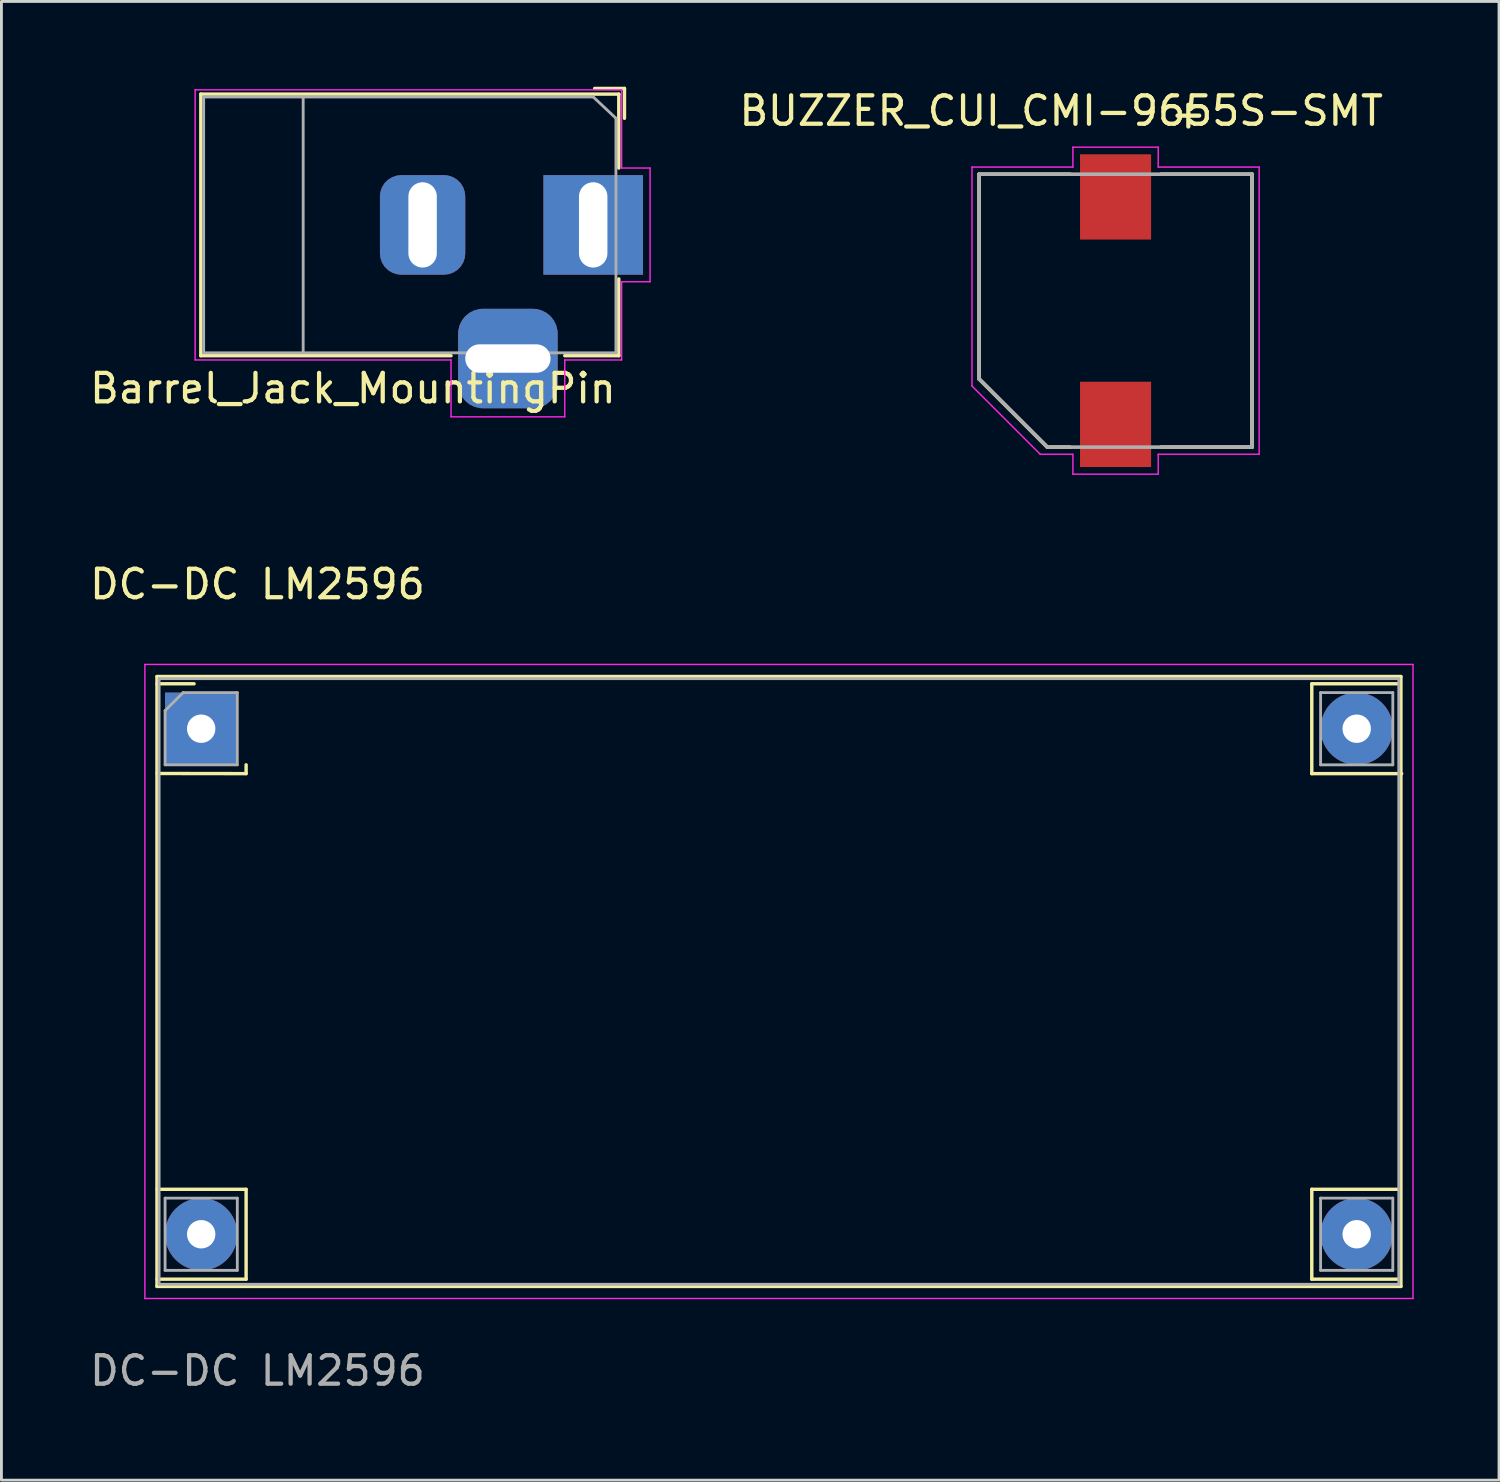
<source format=kicad_pcb>
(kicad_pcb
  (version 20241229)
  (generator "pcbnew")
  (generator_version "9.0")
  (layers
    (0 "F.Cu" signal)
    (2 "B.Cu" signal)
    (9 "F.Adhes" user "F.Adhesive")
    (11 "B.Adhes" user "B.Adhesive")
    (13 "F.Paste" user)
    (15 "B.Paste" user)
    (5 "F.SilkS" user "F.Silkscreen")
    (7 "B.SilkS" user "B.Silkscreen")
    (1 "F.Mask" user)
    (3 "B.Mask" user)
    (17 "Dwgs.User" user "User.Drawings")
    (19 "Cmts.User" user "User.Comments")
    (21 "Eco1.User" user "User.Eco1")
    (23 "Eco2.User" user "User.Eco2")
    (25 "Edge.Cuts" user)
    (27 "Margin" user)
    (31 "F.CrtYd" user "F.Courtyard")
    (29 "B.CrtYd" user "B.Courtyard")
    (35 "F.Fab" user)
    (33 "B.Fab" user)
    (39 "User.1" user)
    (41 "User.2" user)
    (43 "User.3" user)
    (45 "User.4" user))
  (footprint "Barrel_Jack_MountingPin"
    (layer "F.Cu")
    (at 17.813 4.86)
    (property "Reference" "Barrel_Jack_MountingPin" (at -8.45 5.75 0) (layer "F.SilkS") (effects (font (size 1 1) (thickness 0.15))))
    (attr through_hole)
    (fp_line (start -13.8 -4.6) (end 0.9 -4.6) (stroke (width 0.12) (type solid)) (layer "F.SilkS"))
    (fp_line (start -13.8 4.6) (end -13.8 -4.6) (stroke (width 0.12) (type solid)) (layer "F.SilkS"))
    (fp_line (start -5 4.6) (end -13.8 4.6) (stroke (width 0.12) (type solid)) (layer "F.SilkS"))
    (fp_line (start 0.05 -4.8) (end 1.1 -4.8) (stroke (width 0.12) (type solid)) (layer "F.SilkS"))
    (fp_line (start 0.9 -4.6) (end 0.9 -2) (stroke (width 0.12) (type solid)) (layer "F.SilkS"))
    (fp_line (start 0.9 1.9) (end 0.9 4.6) (stroke (width 0.12) (type solid)) (layer "F.SilkS"))
    (fp_line (start 0.9 4.6) (end -1 4.6) (stroke (width 0.12) (type solid)) (layer "F.SilkS"))
    (fp_line (start 1.1 -3.75) (end 1.1 -4.8) (stroke (width 0.12) (type solid)) (layer "F.SilkS"))
    (fp_line (start -14 4.75) (end -14 -4.75) (stroke (width 0.05) (type solid)) (layer "F.CrtYd"))
    (fp_line (start -5 4.75) (end -14 4.75) (stroke (width 0.05) (type solid)) (layer "F.CrtYd"))
    (fp_line (start -5 6.75) (end -5 4.75) (stroke (width 0.05) (type solid)) (layer "F.CrtYd"))
    (fp_line (start -1 4.75) (end -1 6.75) (stroke (width 0.05) (type solid)) (layer "F.CrtYd"))
    (fp_line (start -1 6.75) (end -5 6.75) (stroke (width 0.05) (type solid)) (layer "F.CrtYd"))
    (fp_line (start 1 -4.75) (end -14 -4.75) (stroke (width 0.05) (type solid)) (layer "F.CrtYd"))
    (fp_line (start 1 -4.5) (end 1 -4.75) (stroke (width 0.05) (type solid)) (layer "F.CrtYd"))
    (fp_line (start 1 -4.5) (end 1 -2) (stroke (width 0.05) (type solid)) (layer "F.CrtYd"))
    (fp_line (start 1 -2) (end 2 -2) (stroke (width 0.05) (type solid)) (layer "F.CrtYd"))
    (fp_line (start 1 2) (end 1 4.75) (stroke (width 0.05) (type solid)) (layer "F.CrtYd"))
    (fp_line (start 1 4.75) (end -1 4.75) (stroke (width 0.05) (type solid)) (layer "F.CrtYd"))
    (fp_line (start 2 -2) (end 2 2) (stroke (width 0.05) (type solid)) (layer "F.CrtYd"))
    (fp_line (start 2 2) (end 1 2) (stroke (width 0.05) (type solid)) (layer "F.CrtYd"))
    (fp_line (start -13.7 -4.5) (end -13.7 4.5) (stroke (width 0.1) (type solid)) (layer "F.Fab"))
    (fp_line (start -13.7 4.5) (end 0.8 4.5) (stroke (width 0.1) (type solid)) (layer "F.Fab"))
    (fp_line (start -10.2 -4.5) (end -10.2 4.5) (stroke (width 0.1) (type solid)) (layer "F.Fab"))
    (fp_line (start -0.003 -4.505) (end 0.8 -3.75) (stroke (width 0.1) (type solid)) (layer "F.Fab"))
    (fp_line (start 0 -4.5) (end -13.7 -4.5) (stroke (width 0.1) (type solid)) (layer "F.Fab"))
    (fp_line (start 0.8 4.5) (end 0.8 -3.75) (stroke (width 0.1) (type solid)) (layer "F.Fab"))
    (pad "1" thru_hole rect (at 0 0) (size 3.5 3.5) (drill oval 1 3) (layers "*.Cu" "*.Mask"))
    (pad "2" thru_hole roundrect (at -6 0) (size 3 3.5) (drill oval 1 3) (layers "*.Cu" "*.Mask") (roundrect_rratio 0.25))
    (pad "MP" thru_hole roundrect (at -3 4.7) (size 3.5 3.5) (drill oval 3 1) (layers "*.Cu" "*.Mask") (roundrect_rratio 0.25)))
  (footprint "DC-DC LM2596"
    (layer "F.Cu")
    (at 24.346 32.739)
    (property "Reference" "DC-DC LM2596" (at -18.34 -15.24 0) (unlocked yes) (layer "F.SilkS") (effects (font (size 1 1) (thickness 0.15))))
    (attr through_hole)
    (fp_line (start -21.875 -11.995) (end -21.875 9.455) (stroke (width 0.12) (type solid)) (layer "F.SilkS"))
    (fp_line (start -21.875 9.455) (end 21.875 9.455) (stroke (width 0.12) (type solid)) (layer "F.SilkS"))
    (fp_line (start -21.87 -11.74) (end -20.57 -11.74) (stroke (width 0.12) (type solid)) (layer "F.SilkS"))
    (fp_line (start -21.87 -8.585) (end -18.74 -8.58) (stroke (width 0.12) (type solid)) (layer "F.SilkS"))
    (fp_line (start -21.87 6.04) (end -18.74 6.04) (stroke (width 0.12) (type solid)) (layer "F.SilkS"))
    (fp_line (start -21.87 9.2) (end -18.74 9.2) (stroke (width 0.12) (type solid)) (layer "F.SilkS"))
    (fp_line (start -18.74 -8.89) (end -18.74 -8.58) (stroke (width 0.12) (type solid)) (layer "F.SilkS"))
    (fp_line (start -18.74 6.04) (end -18.74 9.2) (stroke (width 0.12) (type solid)) (layer "F.SilkS"))
    (fp_line (start 18.74 -11.74) (end 21.855 -11.74) (stroke (width 0.12) (type solid)) (layer "F.SilkS"))
    (fp_line (start 18.74 -8.58) (end 18.74 -11.74) (stroke (width 0.12) (type solid)) (layer "F.SilkS"))
    (fp_line (start 18.74 -8.58) (end 21.9 -8.58) (stroke (width 0.12) (type solid)) (layer "F.SilkS"))
    (fp_line (start 18.74 6.04) (end 21.855 6.04) (stroke (width 0.12) (type solid)) (layer "F.SilkS"))
    (fp_line (start 18.74 9.2) (end 18.74 6.04) (stroke (width 0.12) (type solid)) (layer "F.SilkS"))
    (fp_line (start 18.74 9.2) (end 21.855 9.2) (stroke (width 0.12) (type solid)) (layer "F.SilkS"))
    (fp_line (start 21.875 -11.995) (end -21.875 -11.995) (stroke (width 0.12) (type solid)) (layer "F.SilkS"))
    (fp_line (start 21.875 9.455) (end 21.875 -11.995) (stroke (width 0.12) (type solid)) (layer "F.SilkS"))
    (fp_line (start -22.3 -12.42) (end 22.3 -12.42) (stroke (width 0.05) (type solid)) (layer "F.CrtYd"))
    (fp_line (start -22.3 9.88) (end -22.3 -12.42) (stroke (width 0.05) (type solid)) (layer "F.CrtYd"))
    (fp_line (start 22.3 -12.42) (end 22.3 9.88) (stroke (width 0.05) (type solid)) (layer "F.CrtYd"))
    (fp_line (start 22.3 9.88) (end -22.3 9.88) (stroke (width 0.05) (type solid)) (layer "F.CrtYd"))
    (fp_line (start -21.8 -11.92) (end -21.8 9.38) (stroke (width 0.1) (type solid)) (layer "F.Fab"))
    (fp_line (start -21.8 9.38) (end 21.8 9.38) (stroke (width 0.1) (type solid)) (layer "F.Fab"))
    (fp_line (start -21.59 -10.795) (end -20.955 -11.43) (stroke (width 0.1) (type solid)) (layer "F.Fab"))
    (fp_line (start -21.59 -8.89) (end -21.59 -10.795) (stroke (width 0.1) (type solid)) (layer "F.Fab"))
    (fp_line (start -21.59 6.35) (end -19.05 6.35) (stroke (width 0.1) (type solid)) (layer "F.Fab"))
    (fp_line (start -21.59 8.89) (end -21.59 6.35) (stroke (width 0.1) (type solid)) (layer "F.Fab"))
    (fp_line (start -20.955 -11.43) (end -19.05 -11.43) (stroke (width 0.1) (type solid)) (layer "F.Fab"))
    (fp_line (start -19.05 -11.43) (end -19.05 -8.89) (stroke (width 0.1) (type solid)) (layer "F.Fab"))
    (fp_line (start -19.05 -8.89) (end -21.59 -8.89) (stroke (width 0.1) (type solid)) (layer "F.Fab"))
    (fp_line (start -19.05 6.35) (end -19.05 8.89) (stroke (width 0.1) (type solid)) (layer "F.Fab"))
    (fp_line (start -19.05 8.89) (end -21.59 8.89) (stroke (width 0.1) (type solid)) (layer "F.Fab"))
    (fp_line (start 19.05 -11.43) (end 21.59 -11.43) (stroke (width 0.1) (type solid)) (layer "F.Fab"))
    (fp_line (start 19.05 -8.89) (end 19.05 -11.43) (stroke (width 0.1) (type solid)) (layer "F.Fab"))
    (fp_line (start 19.05 6.35) (end 21.59 6.35) (stroke (width 0.1) (type solid)) (layer "F.Fab"))
    (fp_line (start 19.05 8.89) (end 19.05 6.35) (stroke (width 0.1) (type solid)) (layer "F.Fab"))
    (fp_line (start 21.59 -11.43) (end 21.59 -8.89) (stroke (width 0.1) (type solid)) (layer "F.Fab"))
    (fp_line (start 21.59 -8.89) (end 19.05 -8.89) (stroke (width 0.1) (type solid)) (layer "F.Fab"))
    (fp_line (start 21.59 6.35) (end 21.59 8.89) (stroke (width 0.1) (type solid)) (layer "F.Fab"))
    (fp_line (start 21.59 8.89) (end 19.05 8.89) (stroke (width 0.1) (type solid)) (layer "F.Fab"))
    (fp_line (start 21.8 -11.92) (end -21.8 -11.92) (stroke (width 0.1) (type solid)) (layer "F.Fab"))
    (fp_line (start 21.8 9.38) (end 21.8 -11.92) (stroke (width 0.1) (type solid)) (layer "F.Fab"))
    (fp_text user "${REFERENCE}" (at -18.34 12.42 0) (unlocked yes) (layer "F.Fab") (effects (font (size 1 1) (thickness 0.15))))
    (pad "1" thru_hole rect (at -20.32 -10.16) (size 2.54 2.54) (drill 1) (layers "*.Cu" "*.Mask"))
    (pad "2" thru_hole circle (at -20.32 7.62) (size 2.54 2.54) (drill 1) (layers "*.Cu" "*.Mask"))
    (pad "3" thru_hole circle (at 20.32 -10.16) (size 2.54 2.54) (drill 1) (layers "*.Cu" "*.Mask"))
    (pad "4" thru_hole circle (at 20.32 7.62) (size 2.54 2.54) (drill 1) (layers "*.Cu" "*.Mask")))
  (footprint "BUZZER_CUI_CMI-9655S-SMT"
    (layer "F.Cu")
    (at 36.185 7.876)
    (property "Reference" "BUZZER_CUI_CMI-9655S-SMT" (at -1.911 -7.028 0) (layer "F.SilkS") (effects (font (size 1 1) (thickness 0.15))))
    (attr smd)
    (fp_line (start -4.8 -4.8) (end -1.6 -4.8) (stroke (width 0.127) (type solid)) (layer "F.SilkS"))
    (fp_line (start -4.8 2.4) (end -4.8 -4.8) (stroke (width 0.127) (type solid)) (layer "F.SilkS"))
    (fp_line (start -4.8 2.4) (end -2.4 4.8) (stroke (width 0.127) (type solid)) (layer "F.SilkS"))
    (fp_line (start -2.4 4.8) (end -1.6 4.8) (stroke (width 0.127) (type solid)) (layer "F.SilkS"))
    (fp_line (start 1.6 4.8) (end 4.8 4.8) (stroke (width 0.127) (type solid)) (layer "F.SilkS"))
    (fp_line (start 4.8 -4.8) (end 1.6 -4.8) (stroke (width 0.127) (type solid)) (layer "F.SilkS"))
    (fp_line (start 4.8 -4.8) (end 4.8 4.8) (stroke (width 0.127) (type solid)) (layer "F.SilkS"))
    (fp_line (start -5.05 -5.05) (end -5.05 2.65) (stroke (width 0.05) (type solid)) (layer "F.CrtYd"))
    (fp_line (start -5.05 2.65) (end -2.65 5.05) (stroke (width 0.05) (type solid)) (layer "F.CrtYd"))
    (fp_line (start -2.65 5.05) (end -1.5 5.05) (stroke (width 0.05) (type solid)) (layer "F.CrtYd"))
    (fp_line (start -1.5 -5.05) (end -5.05 -5.05) (stroke (width 0.05) (type solid)) (layer "F.CrtYd"))
    (fp_line (start -1.5 -5.05) (end -1.5 -5.75) (stroke (width 0.05) (type solid)) (layer "F.CrtYd"))
    (fp_line (start -1.5 5.75) (end -1.5 5.05) (stroke (width 0.05) (type solid)) (layer "F.CrtYd"))
    (fp_line (start -1.5 5.75) (end 1.5 5.75) (stroke (width 0.05) (type solid)) (layer "F.CrtYd"))
    (fp_line (start 1.5 -5.75) (end -1.5 -5.75) (stroke (width 0.05) (type solid)) (layer "F.CrtYd"))
    (fp_line (start 1.5 -5.05) (end 1.5 -5.75) (stroke (width 0.05) (type solid)) (layer "F.CrtYd"))
    (fp_line (start 1.5 5.05) (end 5.05 5.05) (stroke (width 0.05) (type solid)) (layer "F.CrtYd"))
    (fp_line (start 1.5 5.75) (end 1.5 5.05) (stroke (width 0.05) (type solid)) (layer "F.CrtYd"))
    (fp_line (start 5.05 -5.05) (end 1.5 -5.05) (stroke (width 0.05) (type solid)) (layer "F.CrtYd"))
    (fp_line (start 5.05 5.05) (end 5.05 -5.05) (stroke (width 0.05) (type solid)) (layer "F.CrtYd"))
    (fp_line (start -4.8 -4.8) (end 4.8 -4.8) (stroke (width 0.127) (type solid)) (layer "F.Fab"))
    (fp_line (start -4.8 2.4) (end -4.8 -4.8) (stroke (width 0.127) (type solid)) (layer "F.Fab"))
    (fp_line (start -4.8 2.4) (end -2.4 4.8) (stroke (width 0.127) (type solid)) (layer "F.Fab"))
    (fp_line (start 4.8 -4.8) (end 4.8 4.8) (stroke (width 0.127) (type solid)) (layer "F.Fab"))
    (fp_line (start 4.8 4.8) (end -2.4 4.8) (stroke (width 0.127) (type solid)) (layer "F.Fab"))
    (fp_text user "+" (at 2.56 -6.933 0) (layer "F.SilkS") (effects (font (size 1.002 1.002) (thickness 0.15))))
    (pad "N" smd rect (at 0 4) (size 2.5 3) (layers "F.Cu" "F.Mask" "F.Paste"))
    (pad "P" smd rect (at 0 -4) (size 2.5 3) (layers "F.Cu" "F.Mask" "F.Paste")))
  (gr_rect
    (start -3 -3)
    (end 49.671 49.007)
    (stroke (width 0.1) (type default))
    (fill no)
    (layer "Edge.Cuts")))
</source>
